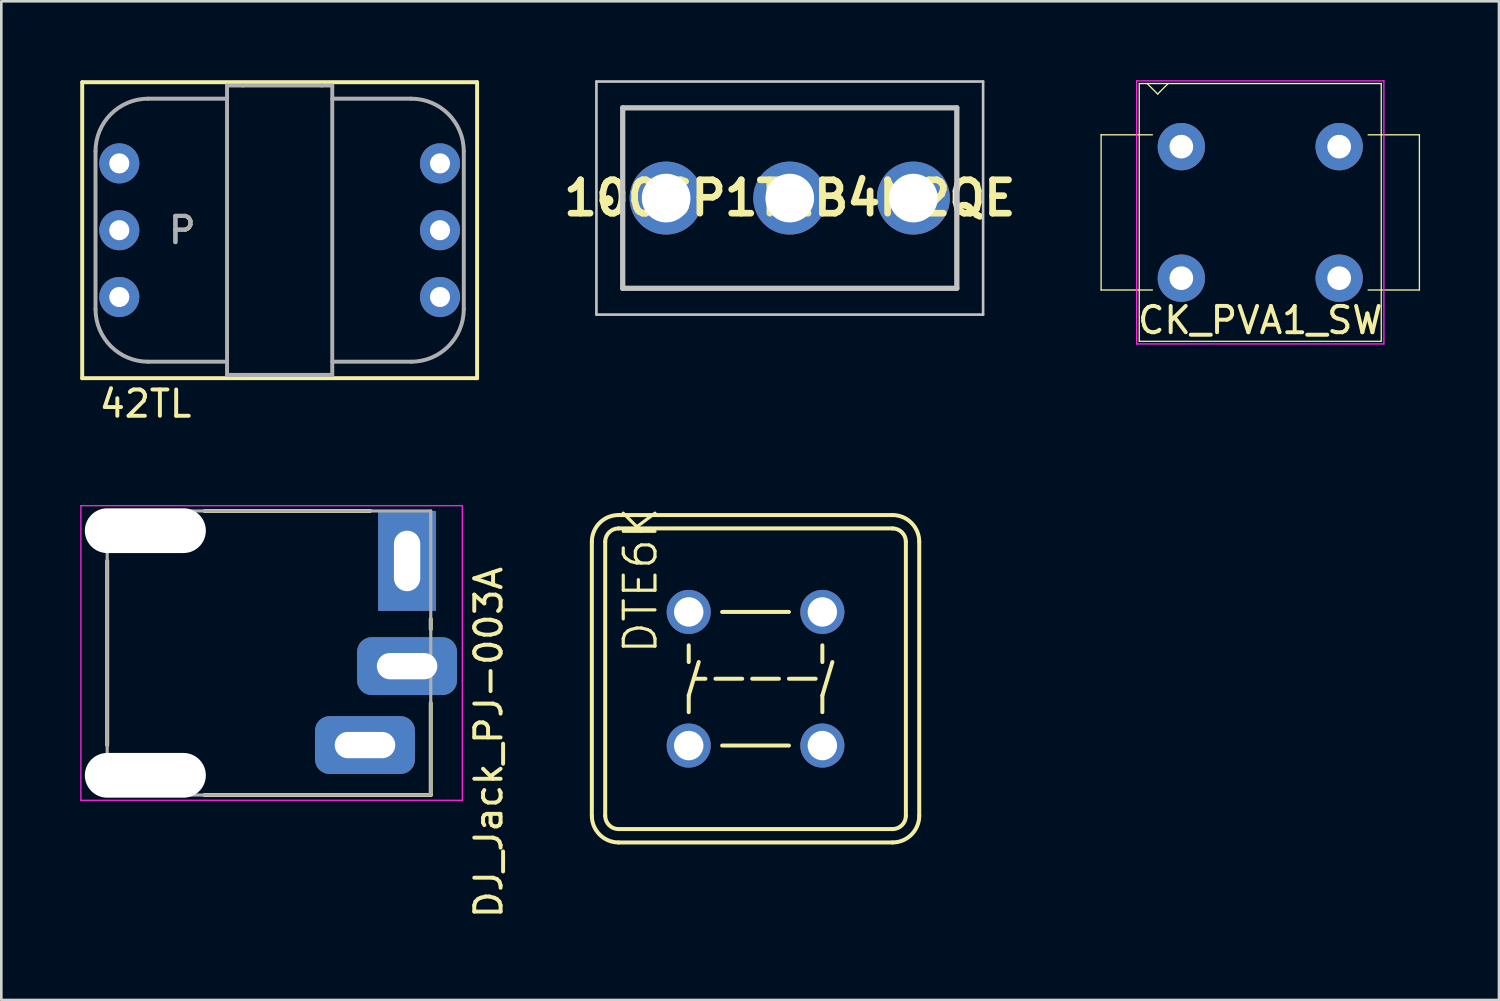
<source format=kicad_pcb>
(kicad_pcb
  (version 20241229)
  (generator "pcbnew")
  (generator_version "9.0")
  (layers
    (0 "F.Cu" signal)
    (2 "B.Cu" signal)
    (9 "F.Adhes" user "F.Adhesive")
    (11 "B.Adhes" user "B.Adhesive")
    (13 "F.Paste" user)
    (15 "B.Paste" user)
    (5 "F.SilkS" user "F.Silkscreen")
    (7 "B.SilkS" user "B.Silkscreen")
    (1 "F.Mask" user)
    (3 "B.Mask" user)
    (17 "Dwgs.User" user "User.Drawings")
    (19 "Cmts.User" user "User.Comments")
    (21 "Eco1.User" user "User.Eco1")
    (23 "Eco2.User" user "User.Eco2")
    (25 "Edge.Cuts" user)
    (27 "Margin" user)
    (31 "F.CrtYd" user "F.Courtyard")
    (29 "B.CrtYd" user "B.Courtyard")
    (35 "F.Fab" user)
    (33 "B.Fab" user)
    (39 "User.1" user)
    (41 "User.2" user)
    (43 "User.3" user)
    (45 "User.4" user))
  (footprint "DTE6K"
    (layer "F.Cu")
    (at 25.672 22.753)
    (property "Reference" "DTE6K" (at -5.08 -6.604 270) (layer "F.SilkS") (effects (font (size 1.206 1.206) (thickness 0.121)) (justify right top)))
    (attr through_hole)
    (fp_line (start -6.223 5.207) (end -6.223 -5.207) (stroke (width 0.152) (type solid)) (layer "F.SilkS"))
    (fp_line (start -5.715 5.207) (end -5.715 -5.207) (stroke (width 0.152) (type solid)) (layer "F.SilkS"))
    (fp_line (start -5.207 -6.223) (end 5.207 -6.223) (stroke (width 0.152) (type solid)) (layer "F.SilkS"))
    (fp_line (start -5.207 -5.715) (end 5.207 -5.715) (stroke (width 0.152) (type solid)) (layer "F.SilkS"))
    (fp_line (start -2.54 -1.27) (end -2.54 -0.635) (stroke (width 0.152) (type solid)) (layer "F.SilkS"))
    (fp_line (start -2.54 0.635) (end -2.54 1.27) (stroke (width 0.152) (type solid)) (layer "F.SilkS"))
    (fp_line (start -2.286 0) (end -1.905 0) (stroke (width 0.152) (type solid)) (layer "F.SilkS"))
    (fp_line (start -2.159 -0.635) (end -2.54 0.635) (stroke (width 0.152) (type solid)) (layer "F.SilkS"))
    (fp_line (start -1.524 0) (end -0.508 0) (stroke (width 0.152) (type solid)) (layer "F.SilkS"))
    (fp_line (start -1.27 -2.54) (end 1.27 -2.54) (stroke (width 0.152) (type solid)) (layer "F.SilkS"))
    (fp_line (start -1.27 2.54) (end 1.27 2.54) (stroke (width 0.152) (type solid)) (layer "F.SilkS"))
    (fp_line (start -0.127 0) (end 0.889 0) (stroke (width 0.152) (type solid)) (layer "F.SilkS"))
    (fp_line (start 1.27 0) (end 2.286 0) (stroke (width 0.152) (type solid)) (layer "F.SilkS"))
    (fp_line (start 2.54 -1.27) (end 2.54 -0.635) (stroke (width 0.152) (type solid)) (layer "F.SilkS"))
    (fp_line (start 2.54 0.635) (end 2.54 1.27) (stroke (width 0.152) (type solid)) (layer "F.SilkS"))
    (fp_line (start 2.921 -0.635) (end 2.54 0.635) (stroke (width 0.152) (type solid)) (layer "F.SilkS"))
    (fp_line (start 5.207 5.715) (end -5.207 5.715) (stroke (width 0.152) (type solid)) (layer "F.SilkS"))
    (fp_line (start 5.207 6.223) (end -5.207 6.223) (stroke (width 0.152) (type solid)) (layer "F.SilkS"))
    (fp_line (start 5.715 -5.207) (end 5.715 5.207) (stroke (width 0.152) (type solid)) (layer "F.SilkS"))
    (fp_line (start 6.223 -5.207) (end 6.223 5.207) (stroke (width 0.152) (type solid)) (layer "F.SilkS"))
    (fp_arc (start -6.223 -5.207) (mid -5.92542 -5.92542) (end -5.207 -6.223) (stroke (width 0.1524) (type solid)) (layer "F.SilkS"))
    (fp_arc (start -5.715 -5.207) (mid -5.56621 -5.56621) (end -5.207 -5.715) (stroke (width 0.1524) (type solid)) (layer "F.SilkS"))
    (fp_arc (start -5.207 5.715) (mid -5.56621 5.56621) (end -5.715 5.207) (stroke (width 0.1524) (type solid)) (layer "F.SilkS"))
    (fp_arc (start -5.207 6.223) (mid -5.92542 5.92542) (end -6.223 5.207) (stroke (width 0.1524) (type solid)) (layer "F.SilkS"))
    (fp_arc (start 5.207 -6.223) (mid 5.92542 -5.92542) (end 6.223 -5.207) (stroke (width 0.1524) (type solid)) (layer "F.SilkS"))
    (fp_arc (start 5.207 -5.715) (mid 5.56621 -5.56621) (end 5.715 -5.207) (stroke (width 0.1524) (type solid)) (layer "F.SilkS"))
    (fp_arc (start 5.715 5.207) (mid 5.56621 5.56621) (end 5.207 5.715) (stroke (width 0.1524) (type solid)) (layer "F.SilkS"))
    (fp_arc (start 6.223 5.207) (mid 5.92542 5.92542) (end 5.207 6.223) (stroke (width 0.1524) (type solid)) (layer "F.SilkS"))
    (pad "1" thru_hole circle (at -2.54 -2.54) (size 1.676 1.676) (drill 1.118) (layers "*.Cu" "*.Mask"))
    (pad "2" thru_hole circle (at 2.54 -2.54) (size 1.676 1.676) (drill 1.118) (layers "*.Cu" "*.Mask"))
    (pad "3" thru_hole circle (at 2.54 2.54) (size 1.676 1.676) (drill 1.118) (layers "*.Cu" "*.Mask"))
    (pad "4" thru_hole circle (at -2.54 2.54) (size 1.676 1.676) (drill 1.118) (layers "*.Cu" "*.Mask")))
  (footprint "CK_PVA1_SW"
    (layer "F.Cu")
    (at 44.859 5.025)
    (property "Reference" "CK_PVA1_SW" (at 0 4.1 0) (layer "F.SilkS") (effects (font (size 1 1) (thickness 0.15))))
    (attr through_hole)
    (fp_line (start -6.05 -2.95) (end -4.1 -2.95) (stroke (width 0.05) (type solid)) (layer "F.SilkS"))
    (fp_line (start -6.05 2.95) (end -6.05 -2.95) (stroke (width 0.05) (type solid)) (layer "F.SilkS"))
    (fp_line (start -6.05 2.95) (end -4.1 2.95) (stroke (width 0.05) (type solid)) (layer "F.SilkS"))
    (fp_line (start -4.6 -4.9) (end 4.6 -4.9) (stroke (width 0.05) (type solid)) (layer "F.SilkS"))
    (fp_line (start -4.6 4.9) (end -4.6 -4.9) (stroke (width 0.05) (type solid)) (layer "F.SilkS"))
    (fp_line (start -3.9 -4.5) (end -4.3 -4.9) (stroke (width 0.05) (type solid)) (layer "F.SilkS"))
    (fp_line (start -3.9 -4.5) (end -3.5 -4.9) (stroke (width 0.05) (type solid)) (layer "F.SilkS"))
    (fp_line (start 4.1 -2.95) (end 6.05 -2.95) (stroke (width 0.05) (type solid)) (layer "F.SilkS"))
    (fp_line (start 4.1 2.95) (end 6.05 2.95) (stroke (width 0.05) (type solid)) (layer "F.SilkS"))
    (fp_line (start 4.6 -4.9) (end 4.6 4.9) (stroke (width 0.05) (type solid)) (layer "F.SilkS"))
    (fp_line (start 4.6 4.9) (end -4.6 4.9) (stroke (width 0.05) (type solid)) (layer "F.SilkS"))
    (fp_line (start 6.05 -2.95) (end 6.05 2.95) (stroke (width 0.05) (type solid)) (layer "F.SilkS"))
    (fp_line (start -4.7 -5) (end 4.7 -5) (stroke (width 0.05) (type solid)) (layer "F.CrtYd"))
    (fp_line (start -4.7 5) (end -4.7 -5) (stroke (width 0.05) (type solid)) (layer "F.CrtYd"))
    (fp_line (start 4.7 -5) (end 4.7 5) (stroke (width 0.05) (type solid)) (layer "F.CrtYd"))
    (fp_line (start 4.7 5) (end -4.7 5) (stroke (width 0.05) (type solid)) (layer "F.CrtYd"))
    (pad "1" thru_hole circle (at -3 -2.5) (size 1.8 1.8) (drill 0.9) (layers "*.Cu" "*.Mask"))
    (pad "1" thru_hole circle (at -3 2.5) (size 1.8 1.8) (drill 0.9) (layers "*.Cu" "*.Mask"))
    (pad "2" thru_hole circle (at 3 -2.5) (size 1.8 1.8) (drill 0.9) (layers "*.Cu" "*.Mask"))
    (pad "2" thru_hole circle (at 3 2.5) (size 1.8 1.8) (drill 0.9) (layers "*.Cu" "*.Mask")))
  (footprint "DJ_Jack_PJ-003A"
    (layer "F.Cu")
    (at 1.025 22.274)
    (property "Reference" "DJ_Jack_PJ-003A" (at 14.5 2.9 90) (layer "F.SilkS") (effects (font (size 1 1) (thickness 0.15))))
    (attr through_hole)
    (fp_line (start 0 -4) (end 0 3) (stroke (width 0.15) (type solid)) (layer "F.SilkS"))
    (fp_line (start 3.7 -5.9) (end 10 -5.9) (stroke (width 0.15) (type solid)) (layer "F.SilkS"))
    (fp_line (start 3.7 4.9) (end 12.3 4.9) (stroke (width 0.15) (type solid)) (layer "F.SilkS"))
    (fp_line (start 12.3 -1.4) (end 12.3 -1.8) (stroke (width 0.15) (type solid)) (layer "F.SilkS"))
    (fp_line (start 12.3 4.9) (end 12.3 1.4) (stroke (width 0.15) (type solid)) (layer "F.SilkS"))
    (fp_line (start -1 -6.1) (end 13.5 -6.1) (stroke (width 0.05) (type solid)) (layer "F.CrtYd"))
    (fp_line (start -1 5.1) (end -1 -6.1) (stroke (width 0.05) (type solid)) (layer "F.CrtYd"))
    (fp_line (start 13.5 -6.1) (end 13.5 5.1) (stroke (width 0.05) (type solid)) (layer "F.CrtYd"))
    (fp_line (start 13.5 5.1) (end -1 5.1) (stroke (width 0.05) (type solid)) (layer "F.CrtYd"))
    (fp_line (start 0 -5.9) (end 0 4.9) (stroke (width 0.12) (type solid)) (layer "F.Fab"))
    (fp_line (start 0 -5.9) (end 12.3 -5.9) (stroke (width 0.12) (type solid)) (layer "F.Fab"))
    (fp_line (start 0 4.9) (end 12.3 4.9) (stroke (width 0.12) (type solid)) (layer "F.Fab"))
    (fp_line (start 12.3 -5.9) (end 12.3 4.9) (stroke (width 0.12) (type solid)) (layer "F.Fab"))
    (pad "" np_thru_hole oval (at 1.45 -5.15) (size 4.6 1.7) (drill oval 4.6 1.7) (layers "*.Cu" "*.Mask"))
    (pad "" np_thru_hole oval (at 1.45 4.15) (size 4.6 1.7) (drill oval 4.6 1.7) (layers "*.Cu" "*.Mask"))
    (pad "1" thru_hole rect (at 11.4 -4) (size 2.2 3.8) (drill oval 1 2.3) (layers "*.Cu" "*.Mask"))
    (pad "2" thru_hole roundrect (at 9.8 3) (size 3.8 2.2) (drill oval 2.3 1) (layers "*.Cu" "*.Mask") (roundrect_rratio 0.25))
    (pad "3" thru_hole roundrect (at 11.4 0) (size 3.8 2.2) (drill oval 2.3 1) (layers "*.Cu" "*.Mask") (roundrect_rratio 0.25)))
  (footprint "42TL"
    (layer "F.Cu")
    (at 7.581 5.701)
    (property "Reference" "42TL" (at -5.1 6.6 0) (layer "F.SilkS") (effects (font (size 1 1) (thickness 0.15))))
    (attr through_hole)
    (fp_line (start -7.506 -5.626) (end 7.506 -5.626) (stroke (width 0.15) (type solid)) (layer "F.SilkS"))
    (fp_line (start -7.506 5.626) (end -7.506 -5.626) (stroke (width 0.15) (type solid)) (layer "F.SilkS"))
    (fp_line (start -7.506 5.626) (end 7.506 5.626) (stroke (width 0.15) (type solid)) (layer "F.SilkS"))
    (fp_line (start 7.506 5.626) (end 7.506 -5.626) (stroke (width 0.15) (type solid)) (layer "F.SilkS"))
    (fp_line (start -7 -3) (end -7 3) (stroke (width 0.15) (type solid)) (layer "F.Fab"))
    (fp_line (start -5 -5) (end -2 -5) (stroke (width 0.15) (type solid)) (layer "F.Fab"))
    (fp_line (start -5 5) (end -2 5) (stroke (width 0.15) (type solid)) (layer "F.Fab"))
    (fp_line (start -2 -5.5) (end -2 5.5) (stroke (width 0.15) (type solid)) (layer "F.Fab"))
    (fp_line (start -2 5.5) (end -1.4 5.5) (stroke (width 0.15) (type solid)) (layer "F.Fab"))
    (fp_line (start -1.4 -5.5) (end -2 -5.5) (stroke (width 0.15) (type solid)) (layer "F.Fab"))
    (fp_line (start -1.4 -5.5) (end 1.6 -5.5) (stroke (width 0.15) (type solid)) (layer "F.Fab"))
    (fp_line (start 1.6 5.5) (end -1.4 5.5) (stroke (width 0.15) (type solid)) (layer "F.Fab"))
    (fp_line (start 1.6 5.5) (end 2 5.5) (stroke (width 0.15) (type solid)) (layer "F.Fab"))
    (fp_line (start 2 -5.5) (end 1.6 -5.5) (stroke (width 0.15) (type solid)) (layer "F.Fab"))
    (fp_line (start 2 5.5) (end 2 -5.5) (stroke (width 0.15) (type solid)) (layer "F.Fab"))
    (fp_line (start 5 -5) (end 2 -5) (stroke (width 0.15) (type solid)) (layer "F.Fab"))
    (fp_line (start 5 5) (end 2 5) (stroke (width 0.15) (type solid)) (layer "F.Fab"))
    (fp_line (start 7 -3) (end 7 3) (stroke (width 0.15) (type solid)) (layer "F.Fab"))
    (fp_arc (start -7 -3) (mid -6.414214 -4.414214) (end -5 -5) (stroke (width 0.15) (type solid)) (layer "F.Fab"))
    (fp_arc (start -5 5) (mid -6.414214 4.414214) (end -7 3) (stroke (width 0.15) (type solid)) (layer "F.Fab"))
    (fp_arc (start 5 -5) (mid 6.414214 -4.414214) (end 7 -3) (stroke (width 0.15) (type solid)) (layer "F.Fab"))
    (fp_arc (start 7 3) (mid 6.414214 4.414214) (end 5 5) (stroke (width 0.15) (type solid)) (layer "F.Fab"))
    (fp_text user "P" (at -3.7 0 0) (layer "F.SilkS") (effects (font (size 1 1) (thickness 0.15))))
    (fp_text user "P" (at -3.7 0 0) (layer "F.Fab") (effects (font (size 1 1) (thickness 0.15))))
    (pad "1" thru_hole circle (at -6.096 -2.54) (size 1.524 1.524) (drill 0.762) (layers "*.Cu" "*.Mask"))
    (pad "2" thru_hole circle (at -6.096 0) (size 1.524 1.524) (drill 0.762) (layers "*.Cu" "*.Mask"))
    (pad "3" thru_hole circle (at -6.096 2.54) (size 1.524 1.524) (drill 0.762) (layers "*.Cu" "*.Mask"))
    (pad "4" thru_hole circle (at 6.096 2.54) (size 1.524 1.524) (drill 0.762) (layers "*.Cu" "*.Mask"))
    (pad "5" thru_hole circle (at 6.096 0) (size 1.524 1.524) (drill 0.762) (layers "*.Cu" "*.Mask"))
    (pad "6" thru_hole circle (at 6.096 -2.54) (size 1.524 1.524) (drill 0.762) (layers "*.Cu" "*.Mask")))
  (footprint "100SP1T1B4M2QE"
    (layer "F.Cu")
    (at 26.973 4.48)
    (property "Reference" "100SP1T1B4M2QE" (at 0 0 0) (layer "F.SilkS") (effects (font (size 1.27 1.27) (thickness 0.254))))
    (attr through_hole)
    (fp_line (start -6.9 0) (end -6.9 0) (stroke (width 0.2) (type solid)) (layer "F.SilkS"))
    (fp_line (start -6.9 0.2) (end -6.9 0.2) (stroke (width 0.2) (type solid)) (layer "F.SilkS"))
    (fp_line (start -6.35 -3.43) (end 6.35 -3.43) (stroke (width 0.1) (type solid)) (layer "F.SilkS"))
    (fp_line (start -6.35 3.43) (end -6.35 -3.43) (stroke (width 0.1) (type solid)) (layer "F.SilkS"))
    (fp_line (start 6.35 -3.43) (end 6.35 3.43) (stroke (width 0.1) (type solid)) (layer "F.SilkS"))
    (fp_line (start 6.35 3.43) (end -6.35 3.43) (stroke (width 0.1) (type solid)) (layer "F.SilkS"))
    (fp_arc (start -6.9 0) (mid -6.8 0.1) (end -6.9 0.2) (stroke (width 0.2) (type solid)) (layer "F.SilkS"))
    (fp_arc (start -6.9 0.2) (mid -7 0.1) (end -6.9 0) (stroke (width 0.2) (type solid)) (layer "F.SilkS"))
    (fp_line (start -7.35 -4.43) (end 7.35 -4.43) (stroke (width 0.1) (type solid)) (layer "Dwgs.User"))
    (fp_line (start -7.35 4.43) (end -7.35 -4.43) (stroke (width 0.1) (type solid)) (layer "Dwgs.User"))
    (fp_line (start -6.35 -3.43) (end 6.35 -3.43) (stroke (width 0.2) (type solid)) (layer "Dwgs.User"))
    (fp_line (start -6.35 3.43) (end -6.35 -3.43) (stroke (width 0.2) (type solid)) (layer "Dwgs.User"))
    (fp_line (start 6.35 -3.43) (end 6.35 3.43) (stroke (width 0.2) (type solid)) (layer "Dwgs.User"))
    (fp_line (start 6.35 3.43) (end -6.35 3.43) (stroke (width 0.2) (type solid)) (layer "Dwgs.User"))
    (fp_line (start 7.35 -4.43) (end 7.35 4.43) (stroke (width 0.1) (type solid)) (layer "Dwgs.User"))
    (fp_line (start 7.35 4.43) (end -7.35 4.43) (stroke (width 0.1) (type solid)) (layer "Dwgs.User"))
    (pad "1" thru_hole circle (at -4.7 0) (size 2.775 2.775) (drill 1.85) (layers "*.Cu" "*.Mask"))
    (pad "2" thru_hole circle (at 0 0) (size 2.775 2.775) (drill 1.85) (layers "*.Cu" "*.Mask"))
    (pad "3" thru_hole circle (at 4.7 0) (size 2.775 2.775) (drill 1.85) (layers "*.Cu" "*.Mask")))
  (gr_rect
    (start -3 -3)
    (end 53.934 34.966)
    (stroke (width 0.1) (type default))
    (fill no)
    (layer "Edge.Cuts")))
</source>
